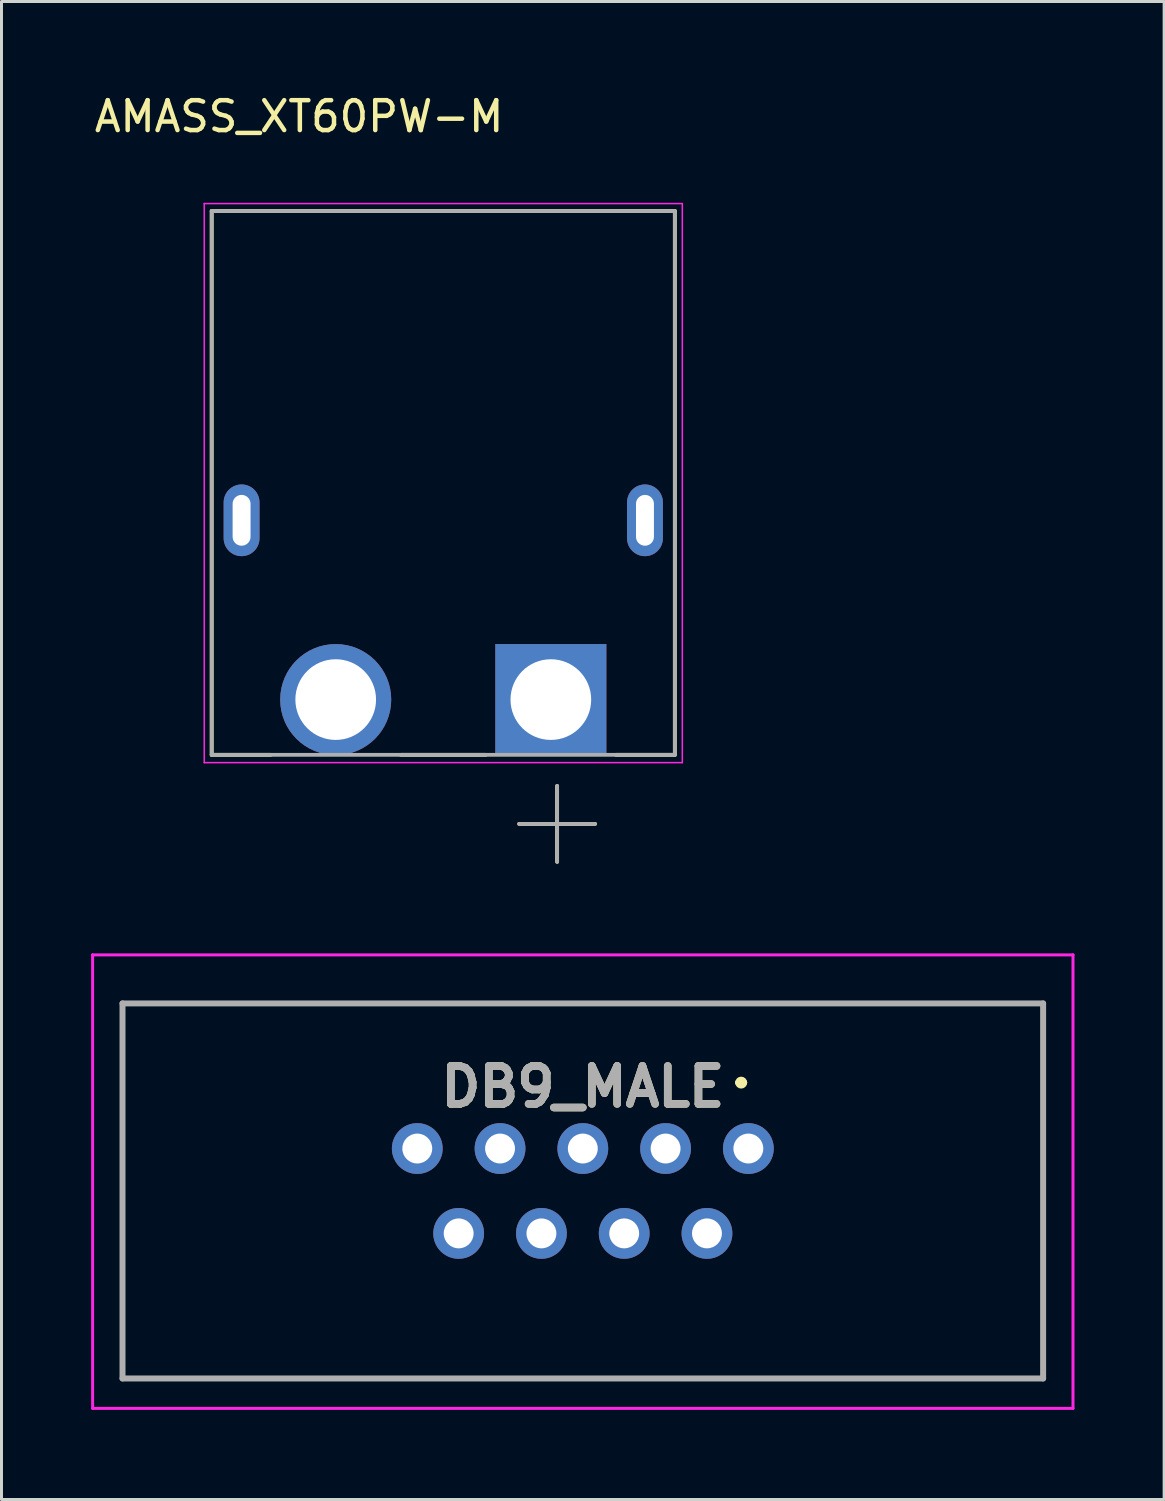
<source format=kicad_pcb>
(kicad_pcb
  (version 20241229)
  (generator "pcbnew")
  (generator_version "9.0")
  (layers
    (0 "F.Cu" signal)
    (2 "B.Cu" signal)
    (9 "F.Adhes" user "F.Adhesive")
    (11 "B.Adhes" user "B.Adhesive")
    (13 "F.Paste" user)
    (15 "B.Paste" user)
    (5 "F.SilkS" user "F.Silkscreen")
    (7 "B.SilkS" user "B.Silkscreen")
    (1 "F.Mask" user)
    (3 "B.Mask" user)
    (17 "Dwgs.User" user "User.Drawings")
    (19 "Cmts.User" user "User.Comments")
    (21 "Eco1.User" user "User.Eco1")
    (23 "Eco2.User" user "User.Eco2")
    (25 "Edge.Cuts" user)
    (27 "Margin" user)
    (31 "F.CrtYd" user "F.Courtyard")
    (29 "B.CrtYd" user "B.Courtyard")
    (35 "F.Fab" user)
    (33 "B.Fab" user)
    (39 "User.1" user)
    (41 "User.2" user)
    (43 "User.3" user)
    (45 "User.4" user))
  (footprint "AMASS_XT60PW-M"
    (layer "F.Cu")
    (at 11.785 14.363)
    (property "Reference" "AMASS_XT60PW-M" (at -4.824 -13.515 0) (layer "F.SilkS") (effects (font (size 1 1) (thickness 0.15))))
    (attr through_hole)
    (fp_line (start -7.75 -10.35) (end -7.75 7.85) (stroke (width 0.127) (type solid)) (layer "F.SilkS"))
    (fp_line (start -7.75 7.85) (end -5.778 7.85) (stroke (width 0.127) (type solid)) (layer "F.SilkS"))
    (fp_line (start -1.422 7.85) (end 1.422 7.85) (stroke (width 0.127) (type solid)) (layer "F.SilkS"))
    (fp_line (start 2.54 10.16) (end 3.81 10.16) (stroke (width 0.127) (type solid)) (layer "F.SilkS"))
    (fp_line (start 3.81 10.16) (end 3.81 8.89) (stroke (width 0.127) (type solid)) (layer "F.SilkS"))
    (fp_line (start 3.81 10.16) (end 3.81 11.43) (stroke (width 0.127) (type solid)) (layer "F.SilkS"))
    (fp_line (start 5.08 10.16) (end 3.81 10.16) (stroke (width 0.127) (type solid)) (layer "F.SilkS"))
    (fp_line (start 7.75 -10.35) (end -7.75 -10.35) (stroke (width 0.127) (type solid)) (layer "F.SilkS"))
    (fp_line (start 7.75 7.85) (end 5.778 7.85) (stroke (width 0.127) (type solid)) (layer "F.SilkS"))
    (fp_line (start 7.75 7.85) (end 7.75 -10.35) (stroke (width 0.127) (type solid)) (layer "F.SilkS"))
    (fp_line (start -8 -10.6) (end -8 8.11) (stroke (width 0.05) (type solid)) (layer "F.CrtYd"))
    (fp_line (start -8 8.11) (end 8 8.11) (stroke (width 0.05) (type solid)) (layer "F.CrtYd"))
    (fp_line (start 8 -10.6) (end -8 -10.6) (stroke (width 0.05) (type solid)) (layer "F.CrtYd"))
    (fp_line (start 8 8.11) (end 8 -10.6) (stroke (width 0.05) (type solid)) (layer "F.CrtYd"))
    (fp_line (start -7.75 -10.35) (end -7.75 7.85) (stroke (width 0.127) (type solid)) (layer "F.Fab"))
    (fp_line (start -7.75 7.85) (end 7.75 7.85) (stroke (width 0.127) (type solid)) (layer "F.Fab"))
    (fp_line (start 2.54 10.16) (end 3.81 10.16) (stroke (width 0.127) (type solid)) (layer "F.Fab"))
    (fp_line (start 3.81 10.16) (end 3.81 8.89) (stroke (width 0.127) (type solid)) (layer "F.Fab"))
    (fp_line (start 3.81 10.16) (end 3.81 11.43) (stroke (width 0.127) (type solid)) (layer "F.Fab"))
    (fp_line (start 5.08 10.16) (end 3.81 10.16) (stroke (width 0.127) (type solid)) (layer "F.Fab"))
    (fp_line (start 7.75 -10.35) (end -7.75 -10.35) (stroke (width 0.127) (type solid)) (layer "F.Fab"))
    (fp_line (start 7.75 7.85) (end 7.75 -10.35) (stroke (width 0.127) (type solid)) (layer "F.Fab"))
    (pad "" thru_hole oval (at -6.75 0) (size 1.2 2.4) (drill oval 0.6 1.7) (layers "*.Cu" "*.Mask"))
    (pad "" thru_hole oval (at 6.75 0) (size 1.2 2.4) (drill oval 0.6 1.7) (layers "*.Cu" "*.Mask"))
    (pad "1" thru_hole rect (at 3.6 6) (size 3.716 3.716) (drill 2.7) (layers "*.Cu" "*.Mask"))
    (pad "2" thru_hole circle (at -3.6 6) (size 3.716 3.716) (drill 2.7) (layers "*.Cu" "*.Mask")))
  (footprint "DB9_MALE"
    (layer "F.Cu")
    (at 16.455 36.495)
    (property "Reference" "DB9_MALE" (at 0 -3.175 0) (layer "F.SilkS") (effects (font (size 1.27 1.27) (thickness 0.254))))
    (attr through_hole)
    (fp_line (start -15.405 -5.963) (end 15.405 -5.963) (stroke (width 0.1) (type solid)) (layer "F.SilkS"))
    (fp_line (start -15.405 6.588) (end -15.405 -5.963) (stroke (width 0.1) (type solid)) (layer "F.SilkS"))
    (fp_line (start 5.2 -3.313) (end 5.2 -3.313) (stroke (width 0.2) (type solid)) (layer "F.SilkS"))
    (fp_line (start 5.4 -3.313) (end 5.4 -3.313) (stroke (width 0.2) (type solid)) (layer "F.SilkS"))
    (fp_line (start 15.405 -5.963) (end 15.405 6.588) (stroke (width 0.1) (type solid)) (layer "F.SilkS"))
    (fp_line (start 15.405 6.588) (end -15.405 6.588) (stroke (width 0.1) (type solid)) (layer "F.SilkS"))
    (fp_arc (start 5.2 -3.313) (mid 5.3 -3.413) (end 5.4 -3.313) (stroke (width 0.2) (type solid)) (layer "F.SilkS"))
    (fp_arc (start 5.4 -3.313) (mid 5.3 -3.213) (end 5.2 -3.313) (stroke (width 0.2) (type solid)) (layer "F.SilkS"))
    (fp_line (start -16.405 -7.588) (end 16.405 -7.588) (stroke (width 0.1) (type solid)) (layer "F.CrtYd"))
    (fp_line (start -16.405 7.588) (end -16.405 -7.588) (stroke (width 0.1) (type solid)) (layer "F.CrtYd"))
    (fp_line (start 16.405 -7.588) (end 16.405 7.588) (stroke (width 0.1) (type solid)) (layer "F.CrtYd"))
    (fp_line (start 16.405 7.588) (end -16.405 7.588) (stroke (width 0.1) (type solid)) (layer "F.CrtYd"))
    (fp_line (start -15.405 -5.963) (end 15.405 -5.963) (stroke (width 0.2) (type solid)) (layer "F.Fab"))
    (fp_line (start -15.405 6.588) (end -15.405 -5.963) (stroke (width 0.2) (type solid)) (layer "F.Fab"))
    (fp_line (start 15.405 -5.963) (end 15.405 6.588) (stroke (width 0.2) (type solid)) (layer "F.Fab"))
    (fp_line (start 15.405 6.588) (end -15.405 6.588) (stroke (width 0.2) (type solid)) (layer "F.Fab"))
    (fp_text user "${REFERENCE}" (at 0 -3.175 0) (layer "F.Fab") (effects (font (size 1.27 1.27) (thickness 0.254))))
    (pad "1" thru_hole circle (at -5.54 -1.107) (size 1.7 1.7) (drill 1) (layers "*.Cu" "*.Mask"))
    (pad "2" thru_hole circle (at -2.77 -1.107) (size 1.7 1.7) (drill 1) (layers "*.Cu" "*.Mask"))
    (pad "3" thru_hole circle (at 0 -1.107) (size 1.7 1.7) (drill 1) (layers "*.Cu" "*.Mask"))
    (pad "4" thru_hole circle (at 2.77 -1.107) (size 1.7 1.7) (drill 1) (layers "*.Cu" "*.Mask"))
    (pad "5" thru_hole circle (at 5.54 -1.107) (size 1.7 1.7) (drill 1) (layers "*.Cu" "*.Mask"))
    (pad "6" thru_hole circle (at -4.155 1.733) (size 1.7 1.7) (drill 1) (layers "*.Cu" "*.Mask"))
    (pad "7" thru_hole circle (at -1.385 1.733) (size 1.7 1.7) (drill 1) (layers "*.Cu" "*.Mask"))
    (pad "8" thru_hole circle (at 1.385 1.733) (size 1.7 1.7) (drill 1) (layers "*.Cu" "*.Mask"))
    (pad "9" thru_hole circle (at 4.155 1.733) (size 1.7 1.7) (drill 1) (layers "*.Cu" "*.Mask")))
  (gr_rect
    (start -3 -3)
    (end 35.91 47.133)
    (stroke (width 0.1) (type default))
    (fill no)
    (layer "Edge.Cuts")))
</source>
